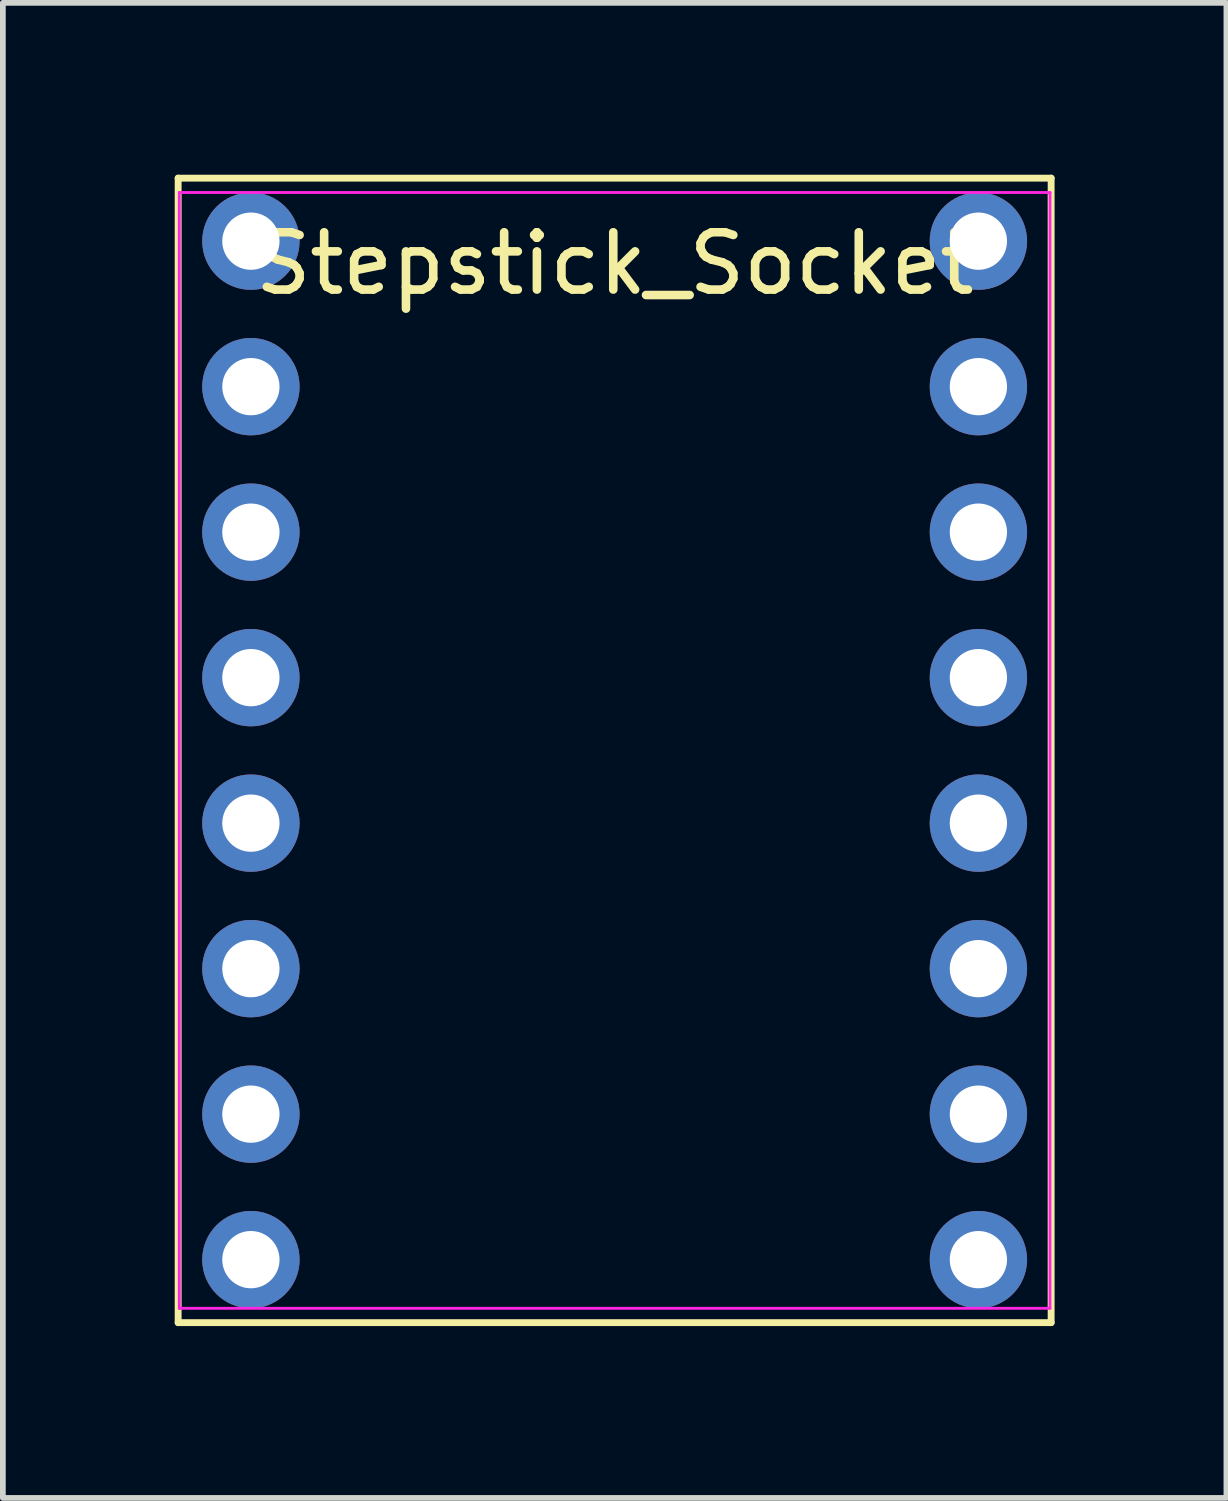
<source format=kicad_pcb>
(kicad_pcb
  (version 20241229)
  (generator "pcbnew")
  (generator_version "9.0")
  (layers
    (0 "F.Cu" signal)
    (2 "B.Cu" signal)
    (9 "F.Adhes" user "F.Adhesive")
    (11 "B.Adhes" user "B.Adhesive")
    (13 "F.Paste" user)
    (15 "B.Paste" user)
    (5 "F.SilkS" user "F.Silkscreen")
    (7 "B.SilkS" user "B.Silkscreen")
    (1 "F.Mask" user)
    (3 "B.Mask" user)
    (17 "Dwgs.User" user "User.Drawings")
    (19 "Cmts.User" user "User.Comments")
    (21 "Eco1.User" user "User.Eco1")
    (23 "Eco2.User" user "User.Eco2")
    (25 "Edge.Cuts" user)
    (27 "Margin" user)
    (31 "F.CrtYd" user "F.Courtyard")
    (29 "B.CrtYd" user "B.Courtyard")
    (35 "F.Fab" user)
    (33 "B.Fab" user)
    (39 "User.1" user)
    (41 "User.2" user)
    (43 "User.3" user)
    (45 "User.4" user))
  (footprint "Stepstick_Socket"
    (layer "F.Cu")
    (at 7.68 10.05)
    (property "Reference" "Stepstick_Socket" (at 0 -8.5 180) (layer "F.SilkS") (effects (font (size 1 1) (thickness 0.15))))
    (fp_line (start -7.62 9.99) (end 7.62 9.99) (stroke (width 0.12) (type solid)) (layer "F.SilkS"))
    (fp_line (start -7.62 -9.99) (end -7.62 9.99) (stroke (width 0.12) (type solid)) (layer "F.SilkS"))
    (fp_line (start 7.62 9.99) (end 7.62 -9.99) (stroke (width 0.12) (type solid)) (layer "F.SilkS"))
    (fp_line (start 7.62 -9.99) (end -7.62 -9.99) (stroke (width 0.12) (type solid)) (layer "F.SilkS"))
    (fp_line (start -7.6 -9.74) (end 7.6 -9.74) (stroke (width 0.05) (type solid)) (layer "F.CrtYd"))
    (fp_line (start -7.6 9.74) (end -7.6 -9.74) (stroke (width 0.05) (type solid)) (layer "F.CrtYd"))
    (fp_line (start 7.6 -9.74) (end 7.6 9.74) (stroke (width 0.05) (type solid)) (layer "F.CrtYd"))
    (fp_line (start 7.6 9.74) (end -7.6 9.74) (stroke (width 0.05) (type solid)) (layer "F.CrtYd"))
    (pad "1" thru_hole oval (at -6.35 -8.89 270) (size 1.7 1.7) (drill 1) (layers "*.Cu" "*.Mask"))
    (pad "2" thru_hole oval (at -6.35 -6.35 270) (size 1.7 1.7) (drill 1) (layers "*.Cu" "*.Mask"))
    (pad "3" thru_hole oval (at -6.35 -3.81 270) (size 1.7 1.7) (drill 1) (layers "*.Cu" "*.Mask"))
    (pad "4" thru_hole oval (at -6.35 -1.27 270) (size 1.7 1.7) (drill 1) (layers "*.Cu" "*.Mask"))
    (pad "5" thru_hole oval (at -6.35 1.27 270) (size 1.7 1.7) (drill 1) (layers "*.Cu" "*.Mask"))
    (pad "6" thru_hole oval (at -6.35 3.81 270) (size 1.7 1.7) (drill 1) (layers "*.Cu" "*.Mask"))
    (pad "7" thru_hole oval (at -6.35 6.35 270) (size 1.7 1.7) (drill 1) (layers "*.Cu" "*.Mask"))
    (pad "8" thru_hole oval (at -6.35 8.89 270) (size 1.7 1.7) (drill 1) (layers "*.Cu" "*.Mask"))
    (pad "9" thru_hole oval (at 6.35 8.89 270) (size 1.7 1.7) (drill 1) (layers "*.Cu" "*.Mask"))
    (pad "10" thru_hole oval (at 6.35 6.35 270) (size 1.7 1.7) (drill 1) (layers "*.Cu" "*.Mask"))
    (pad "11" thru_hole oval (at 6.35 3.81 270) (size 1.7 1.7) (drill 1) (layers "*.Cu" "*.Mask"))
    (pad "12" thru_hole oval (at 6.35 1.27 270) (size 1.7 1.7) (drill 1) (layers "*.Cu" "*.Mask"))
    (pad "13" thru_hole oval (at 6.35 -1.27 270) (size 1.7 1.7) (drill 1) (layers "*.Cu" "*.Mask"))
    (pad "14" thru_hole oval (at 6.35 -3.81 270) (size 1.7 1.7) (drill 1) (layers "*.Cu" "*.Mask"))
    (pad "15" thru_hole oval (at 6.35 -6.35 270) (size 1.7 1.7) (drill 1) (layers "*.Cu" "*.Mask"))
    (pad "16" thru_hole oval (at 6.35 -8.89 270) (size 1.7 1.7) (drill 1) (layers "*.Cu" "*.Mask")))
  (gr_rect
    (start -3 -3)
    (end 18.36 23.1)
    (stroke (width 0.1) (type default))
    (fill no)
    (layer "Edge.Cuts")))
</source>
